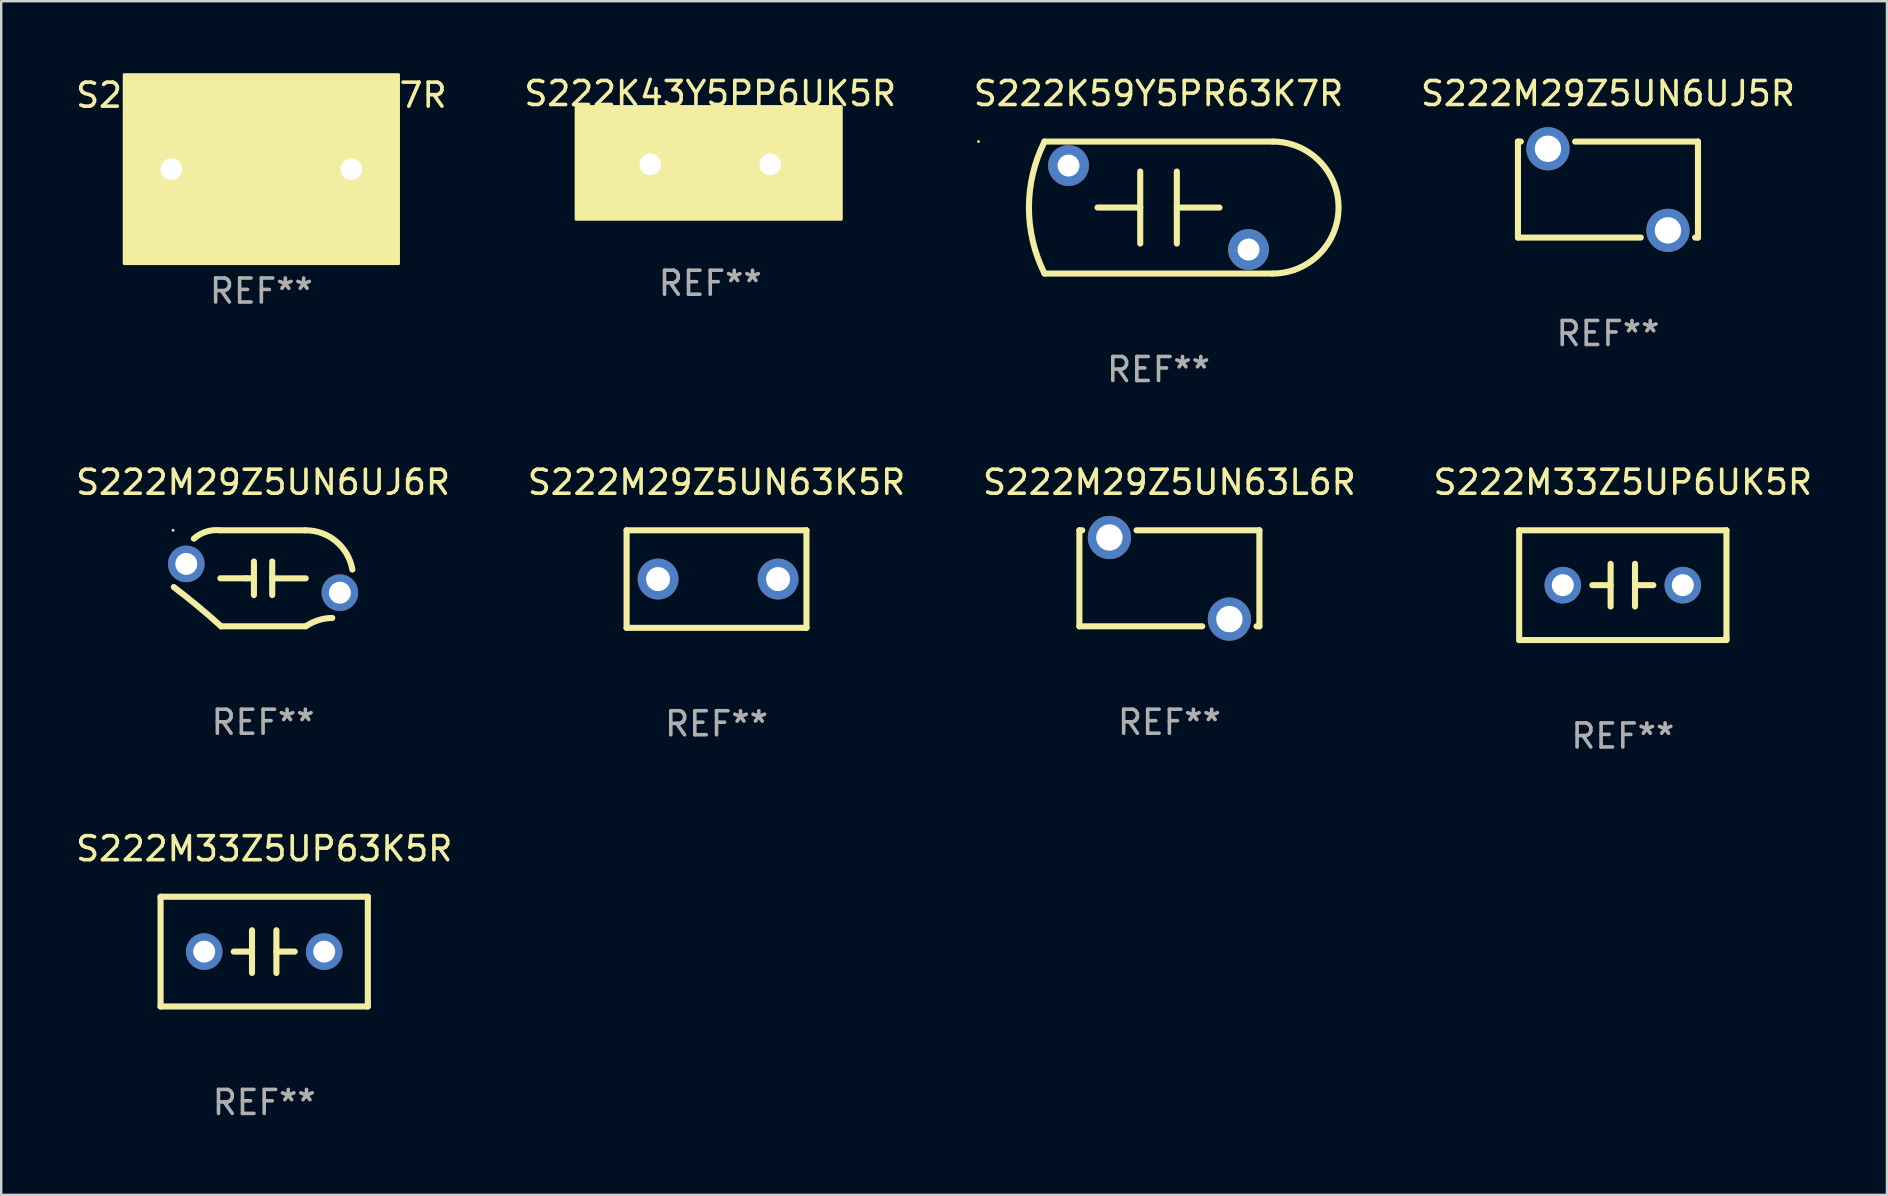
<source format=kicad_pcb>
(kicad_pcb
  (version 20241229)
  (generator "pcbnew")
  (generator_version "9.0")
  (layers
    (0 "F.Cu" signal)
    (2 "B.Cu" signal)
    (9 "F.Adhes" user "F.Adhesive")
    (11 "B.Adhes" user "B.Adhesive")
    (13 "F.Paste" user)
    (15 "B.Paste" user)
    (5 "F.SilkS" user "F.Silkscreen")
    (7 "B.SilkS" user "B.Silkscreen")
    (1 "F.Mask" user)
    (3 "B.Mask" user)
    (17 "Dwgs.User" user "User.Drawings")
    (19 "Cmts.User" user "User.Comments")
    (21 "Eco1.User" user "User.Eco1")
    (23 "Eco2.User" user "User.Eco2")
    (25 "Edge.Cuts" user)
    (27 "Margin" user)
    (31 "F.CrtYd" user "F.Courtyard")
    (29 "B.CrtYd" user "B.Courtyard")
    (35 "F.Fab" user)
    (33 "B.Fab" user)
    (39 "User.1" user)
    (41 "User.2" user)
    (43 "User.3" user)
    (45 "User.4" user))
  (footprint "S222M29Z5UN6UJ6R"
    (layer "F.Cu")
    (at 7.911 21.045)
    (property "Reference" "S222M29Z5UN6UJ6R" (at 0 -4 0) (layer "F.SilkS") (effects (font (size 1 1) (thickness 0.15))))
    (attr through_hole)
    (fp_line (start -1.75 -2) (end 1.75 -2) (stroke (width 0.254) (type solid)) (layer "F.SilkS"))
    (fp_line (start -1.75 2) (end 1.75 2) (stroke (width 0.254) (type solid)) (layer "F.SilkS"))
    (fp_line (start -0.696 0) (end -1.778 0) (stroke (width 0.254) (type solid)) (layer "F.SilkS"))
    (fp_line (start -0.381 -0.699) (end -0.381 0.699) (stroke (width 0.254) (type solid)) (layer "F.SilkS"))
    (fp_line (start -0.381 0) (end -0.696 0) (stroke (width 0.254) (type solid)) (layer "F.SilkS"))
    (fp_line (start 0.381 -0.699) (end 0.381 0.699) (stroke (width 0.254) (type solid)) (layer "F.SilkS"))
    (fp_line (start 0.381 0.002) (end 1.778 0.002) (stroke (width 0.254) (type solid)) (layer "F.SilkS"))
    (fp_arc (start -3.720599 0.36444) (mid -2.717346 1.160536) (end -1.750089 2) (stroke (width 0.254001) (type solid)) (layer "F.SilkS"))
    (fp_arc (start -2.88161 -1.652477) (mid -2.369233 -1.942847) (end -1.783058 -1.999797) (stroke (width 0.254001) (type solid)) (layer "F.SilkS"))
    (fp_arc (start 1.750088 -2) (mid 3.036016 -1.544468) (end 3.720599 -0.36444) (stroke (width 0.254001) (type solid)) (layer "F.SilkS"))
    (fp_arc (start 1.783058 1.999797) (mid 2.306495 1.74441) (end 2.88161 1.652477) (stroke (width 0.254001) (type solid)) (layer "F.SilkS"))
    (fp_circle (center -3.75 -2) (end -3.72 -2) (stroke (width 0.06) (type solid)) (fill no) (layer "F.SilkS"))
    (fp_text user "REF**" (at 0 6 0) (layer "F.Fab") (effects (font (size 1 1) (thickness 0.15))))
    (pad "1" thru_hole circle (at -3.2 -0.6) (size 1.524 1.524) (drill 0.914) (layers "*.Cu" "*.Mask"))
    (pad "2" thru_hole circle (at 3.2 0.6) (size 1.524 1.524) (drill 0.914) (layers "*.Cu" "*.Mask")))
  (footprint "S222M29Z5UN6UJ5R"
    (layer "F.Cu")
    (at 63.946 4.848)
    (property "Reference" "S222M29Z5UN6UJ5R" (at 0 -4 0) (layer "F.SilkS") (effects (font (size 1 1) (thickness 0.15))))
    (attr through_hole)
    (fp_line (start -3.75 -2) (end -3.631 -2) (stroke (width 0.254) (type solid)) (layer "F.SilkS"))
    (fp_line (start -3.75 2) (end -3.75 -2) (stroke (width 0.254) (type solid)) (layer "F.SilkS"))
    (fp_line (start -1.369 -2) (end 3.75 -2) (stroke (width 0.254) (type solid)) (layer "F.SilkS"))
    (fp_line (start 1.369 2) (end -3.75 2) (stroke (width 0.254) (type solid)) (layer "F.SilkS"))
    (fp_line (start 3.75 -2) (end 3.75 2) (stroke (width 0.254) (type solid)) (layer "F.SilkS"))
    (fp_line (start 3.75 2) (end 3.631 2) (stroke (width 0.254) (type solid)) (layer "F.SilkS"))
    (fp_circle (center -3.75 -2) (end -3.72 -2) (stroke (width 0.06) (type solid)) (fill no) (layer "F.SilkS"))
    (fp_text user "REF**" (at 0 6 0) (layer "F.Fab") (effects (font (size 1 1) (thickness 0.15))))
    (pad "1" thru_hole circle (at -2.5 -1.7) (size 1.8 1.8) (drill 1.1) (layers "*.Cu" "*.Mask"))
    (pad "2" thru_hole circle (at 2.5 1.7) (size 1.8 1.8) (drill 1.1) (layers "*.Cu" "*.Mask")))
  (footprint "S222K59Y5PR63K7R"
    (layer "F.Cu")
    (at 45.22 5.598)
    (property "Reference" "S222K59Y5PR63K7R" (at 0 -4.75 0) (layer "F.SilkS") (effects (font (size 1 1) (thickness 0.15))))
    (attr through_hole)
    (fp_line (start -4.75 -2.75) (end 4.75 -2.75) (stroke (width 0.254) (type solid)) (layer "F.SilkS"))
    (fp_line (start -0.762 -1.5) (end -0.762 1.5) (stroke (width 0.254) (type solid)) (layer "F.SilkS"))
    (fp_line (start -0.762 -0.001) (end -2.54 -0.001) (stroke (width 0.254) (type solid)) (layer "F.SilkS"))
    (fp_line (start 0.762 0.001) (end 2.54 0.001) (stroke (width 0.254) (type solid)) (layer "F.SilkS"))
    (fp_line (start 0.762 1.5) (end 0.762 -1.5) (stroke (width 0.254) (type solid)) (layer "F.SilkS"))
    (fp_line (start 4.75 2.75) (end -4.75 2.75) (stroke (width 0.254) (type solid)) (layer "F.SilkS"))
    (fp_arc (start -4.74981 2.750826) (mid -5.399166 0.00043) (end -4.750013 -2.750013) (stroke (width 0.254001) (type solid)) (layer "F.SilkS"))
    (fp_arc (start 4.749808 -2.750825) (mid 7.500228 -0.000508) (end 4.750013 2.750013) (stroke (width 0.254001) (type solid)) (layer "F.SilkS"))
    (fp_circle (center -7.5 -2.75) (end -7.47 -2.75) (stroke (width 0.06) (type solid)) (fill no) (layer "F.SilkS"))
    (fp_text user "REF**" (at 0 6.75 0) (layer "F.Fab") (effects (font (size 1 1) (thickness 0.15))))
    (pad "1" thru_hole circle (at -3.75 -1.75) (size 1.7 1.7) (drill 0.914) (layers "*.Cu" "*.Mask"))
    (pad "2" thru_hole circle (at 3.75 1.75) (size 1.7 1.7) (drill 0.914) (layers "*.Cu" "*.Mask")))
  (footprint "S222M33Z5UP63K5R"
    (layer "F.Cu")
    (at 7.958 36.599)
    (property "Reference" "S222M33Z5UP63K5R" (at 0 -4.286 0) (layer "F.SilkS") (effects (font (size 1 1) (thickness 0.15))))
    (attr through_hole)
    (fp_line (start -4.318 -2.286) (end 4.318 -2.286) (stroke (width 0.254) (type solid)) (layer "F.SilkS"))
    (fp_line (start -4.318 2.286) (end -4.318 -2.286) (stroke (width 0.254) (type solid)) (layer "F.SilkS"))
    (fp_line (start -0.508 0) (end -1.27 0) (stroke (width 0.254) (type solid)) (layer "F.SilkS"))
    (fp_line (start -0.508 0.889) (end -0.508 -0.889) (stroke (width 0.254) (type solid)) (layer "F.SilkS"))
    (fp_line (start 0.508 -0.889) (end 0.508 0.889) (stroke (width 0.254) (type solid)) (layer "F.SilkS"))
    (fp_line (start 0.508 0) (end 1.27 0) (stroke (width 0.254) (type solid)) (layer "F.SilkS"))
    (fp_line (start 4.318 -2.286) (end 4.318 2.159) (stroke (width 0.254) (type solid)) (layer "F.SilkS"))
    (fp_line (start 4.318 2.286) (end -4.318 2.286) (stroke (width 0.254) (type solid)) (layer "F.SilkS"))
    (fp_line (start 4.318 2.286) (end 4.318 2.159) (stroke (width 0.254) (type solid)) (layer "F.SilkS"))
    (fp_circle (center -4.25 2.25) (end -4.22 2.25) (stroke (width 0.06) (type solid)) (fill no) (layer "F.SilkS"))
    (fp_text user "REF**" (at 0 6.286 0) (layer "F.Fab") (effects (font (size 1 1) (thickness 0.15))))
    (pad "1" thru_hole circle (at -2.5 0) (size 1.524 1.524) (drill 0.914) (layers "*.Cu" "*.Mask"))
    (pad "2" thru_hole circle (at 2.5 0) (size 1.524 1.524) (drill 0.914) (layers "*.Cu" "*.Mask")))
  (footprint "S222M33Z5UP6UK5R"
    (layer "F.Cu")
    (at 64.565 21.331)
    (property "Reference" "S222M33Z5UP6UK5R" (at 0 -4.286 0) (layer "F.SilkS") (effects (font (size 1 1) (thickness 0.15))))
    (attr through_hole)
    (fp_line (start -4.318 -2.286) (end 4.318 -2.286) (stroke (width 0.254) (type solid)) (layer "F.SilkS"))
    (fp_line (start -4.318 2.286) (end -4.318 -2.286) (stroke (width 0.254) (type solid)) (layer "F.SilkS"))
    (fp_line (start -0.508 0) (end -1.27 0) (stroke (width 0.254) (type solid)) (layer "F.SilkS"))
    (fp_line (start -0.508 0.889) (end -0.508 -0.889) (stroke (width 0.254) (type solid)) (layer "F.SilkS"))
    (fp_line (start 0.508 -0.889) (end 0.508 0.889) (stroke (width 0.254) (type solid)) (layer "F.SilkS"))
    (fp_line (start 0.508 0) (end 1.27 0) (stroke (width 0.254) (type solid)) (layer "F.SilkS"))
    (fp_line (start 4.318 -2.286) (end 4.318 2.159) (stroke (width 0.254) (type solid)) (layer "F.SilkS"))
    (fp_line (start 4.318 2.286) (end -4.318 2.286) (stroke (width 0.254) (type solid)) (layer "F.SilkS"))
    (fp_line (start 4.318 2.286) (end 4.318 2.159) (stroke (width 0.254) (type solid)) (layer "F.SilkS"))
    (fp_circle (center -4.25 2.25) (end -4.22 2.25) (stroke (width 0.06) (type solid)) (fill no) (layer "F.SilkS"))
    (fp_text user "REF**" (at 0 6.286 0) (layer "F.Fab") (effects (font (size 1 1) (thickness 0.15))))
    (pad "1" thru_hole circle (at -2.5 0) (size 1.524 1.524) (drill 0.914) (layers "*.Cu" "*.Mask"))
    (pad "2" thru_hole circle (at 2.5 0) (size 1.524 1.524) (drill 0.914) (layers "*.Cu" "*.Mask")))
  (footprint "S222M29Z5UN63L6R"
    (layer "F.Cu")
    (at 45.673 21.045)
    (property "Reference" "S222M29Z5UN63L6R" (at 0 -4 0) (layer "F.SilkS") (effects (font (size 1 1) (thickness 0.15))))
    (attr through_hole)
    (fp_line (start -3.75 -2) (end -3.631 -2) (stroke (width 0.254) (type solid)) (layer "F.SilkS"))
    (fp_line (start -3.75 2) (end -3.75 -2) (stroke (width 0.254) (type solid)) (layer "F.SilkS"))
    (fp_line (start -1.369 -2) (end 3.75 -2) (stroke (width 0.254) (type solid)) (layer "F.SilkS"))
    (fp_line (start 1.369 2) (end -3.75 2) (stroke (width 0.254) (type solid)) (layer "F.SilkS"))
    (fp_line (start 3.75 -2) (end 3.75 2) (stroke (width 0.254) (type solid)) (layer "F.SilkS"))
    (fp_line (start 3.75 2) (end 3.631 2) (stroke (width 0.254) (type solid)) (layer "F.SilkS"))
    (fp_circle (center -3.75 -2) (end -3.72 -2) (stroke (width 0.06) (type solid)) (fill no) (layer "F.SilkS"))
    (fp_text user "REF**" (at 0 6 0) (layer "F.Fab") (effects (font (size 1 1) (thickness 0.15))))
    (pad "1" thru_hole circle (at -2.5 -1.7) (size 1.8 1.8) (drill 1.1) (layers "*.Cu" "*.Mask"))
    (pad "2" thru_hole circle (at 2.5 1.7) (size 1.8 1.8) (drill 1.1) (layers "*.Cu" "*.Mask")))
  (footprint "S222K43Y5PP6CK7R"
    (layer "F.Cu")
    (at 7.839 3.997)
    (property "Reference" "S222K43Y5PP6CK7R" (at 0 -3.08 0) (layer "F.SilkS") (effects (font (size 1 1) (thickness 0.15))))
    (attr through_hole)
    (fp_line (start -0.508 0) (end -1.524 0) (stroke (width 0.254) (type solid)) (layer "F.SilkS"))
    (fp_line (start -0.508 1.08) (end -0.508 -1.08) (stroke (width 0.254) (type solid)) (layer "F.SilkS"))
    (fp_line (start 0.508 -1.08) (end 0.508 1.08) (stroke (width 0.254) (type solid)) (layer "F.SilkS"))
    (fp_line (start 0.508 0) (end 1.524 0) (stroke (width 0.254) (type solid)) (layer "F.SilkS"))
    (fp_circle (center -5.5 3.75) (end -5.47 3.75) (stroke (width 0.06) (type solid)) (fill no) (layer "F.SilkS"))
    (fp_poly (pts (xy -5.715 -3.937) (xy 5.715 -3.937) (xy 5.715 3.937) (xy -5.715 3.937)) (stroke (width 0.12) (type solid)) (fill yes) (layer "F.SilkS"))
    (fp_text user "REF**" (at 0 5.08 0) (layer "F.Fab") (effects (font (size 1 1) (thickness 0.15))))
    (pad "1" thru_hole circle (at -3.75 0) (size 1.5 1.5) (drill 0.9) (layers "*.Cu" "*.Mask"))
    (pad "2" thru_hole circle (at 3.75 0) (size 1.5 1.5) (drill 0.9) (layers "*.Cu" "*.Mask")))
  (footprint "S222M29Z5UN63K5R"
    (layer "F.Cu")
    (at 26.804 21.077)
    (property "Reference" "S222M29Z5UN63K5R" (at 0 -4.032 0) (layer "F.SilkS") (effects (font (size 1 1) (thickness 0.15))))
    (attr through_hole)
    (fp_line (start -3.747 -2.032) (end -3.747 2.032) (stroke (width 0.254) (type solid)) (layer "F.SilkS"))
    (fp_line (start -3.747 2.032) (end 3.747 2.032) (stroke (width 0.254) (type solid)) (layer "F.SilkS"))
    (fp_line (start 3.747 -2.032) (end -3.747 -2.032) (stroke (width 0.254) (type solid)) (layer "F.SilkS"))
    (fp_line (start 3.747 2.032) (end 3.747 -2.032) (stroke (width 0.254) (type solid)) (layer "F.SilkS"))
    (fp_circle (center -3.687 2) (end -3.657 2) (stroke (width 0.06) (type solid)) (fill no) (layer "F.SilkS"))
    (fp_text user "REF**" (at 0 6.032 0) (layer "F.Fab") (effects (font (size 1 1) (thickness 0.15))))
    (pad "1" thru_hole circle (at -2.436 0) (size 1.7 1.7) (drill 1) (layers "*.Cu" "*.Mask"))
    (pad "2" thru_hole circle (at 2.564 0) (size 1.7 1.7) (drill 1) (layers "*.Cu" "*.Mask")))
  (footprint "S222K43Y5PP6UK5R"
    (layer "F.Cu")
    (at 26.542 3.801)
    (property "Reference" "S222K43Y5PP6UK5R" (at 0 -2.953 0) (layer "F.SilkS") (effects (font (size 1 1) (thickness 0.15))))
    (attr through_hole)
    (fp_line (start -0.635 0.000025) (end -1.27 0.000025) (stroke (width 0.254) (type solid)) (layer "F.SilkS"))
    (fp_line (start -0.635 0.953) (end -0.635 -0.953) (stroke (width 0.254) (type solid)) (layer "F.SilkS"))
    (fp_line (start 0.635 -0.953) (end 0.635 0.953) (stroke (width 0.254) (type solid)) (layer "F.SilkS"))
    (fp_line (start 0.635 -0.000025) (end 1.27 -0.000025) (stroke (width 0.254) (type solid)) (layer "F.SilkS"))
    (fp_circle (center -5.5 2.25) (end -5.47 2.25) (stroke (width 0.06) (type solid)) (fill no) (layer "F.SilkS"))
    (fp_poly (pts (xy -5.588 -2.413) (xy 5.461 -2.413) (xy 5.461 2.286) (xy -5.588 2.286)) (stroke (width 0.12) (type solid)) (fill yes) (layer "F.SilkS"))
    (fp_text user "REF**" (at 0 4.953 0) (layer "F.Fab") (effects (font (size 1 1) (thickness 0.15))))
    (pad "1" thru_hole circle (at -2.5 0) (size 1.5 1.5) (drill 0.9) (layers "*.Cu" "*.Mask"))
    (pad "2" thru_hole circle (at 2.5 0) (size 1.5 1.5) (drill 0.9) (layers "*.Cu" "*.Mask")))
  (gr_rect
    (start -3 -3)
    (end 75.571 46.734)
    (stroke (width 0.1) (type default))
    (fill no)
    (layer "Edge.Cuts")))
</source>
